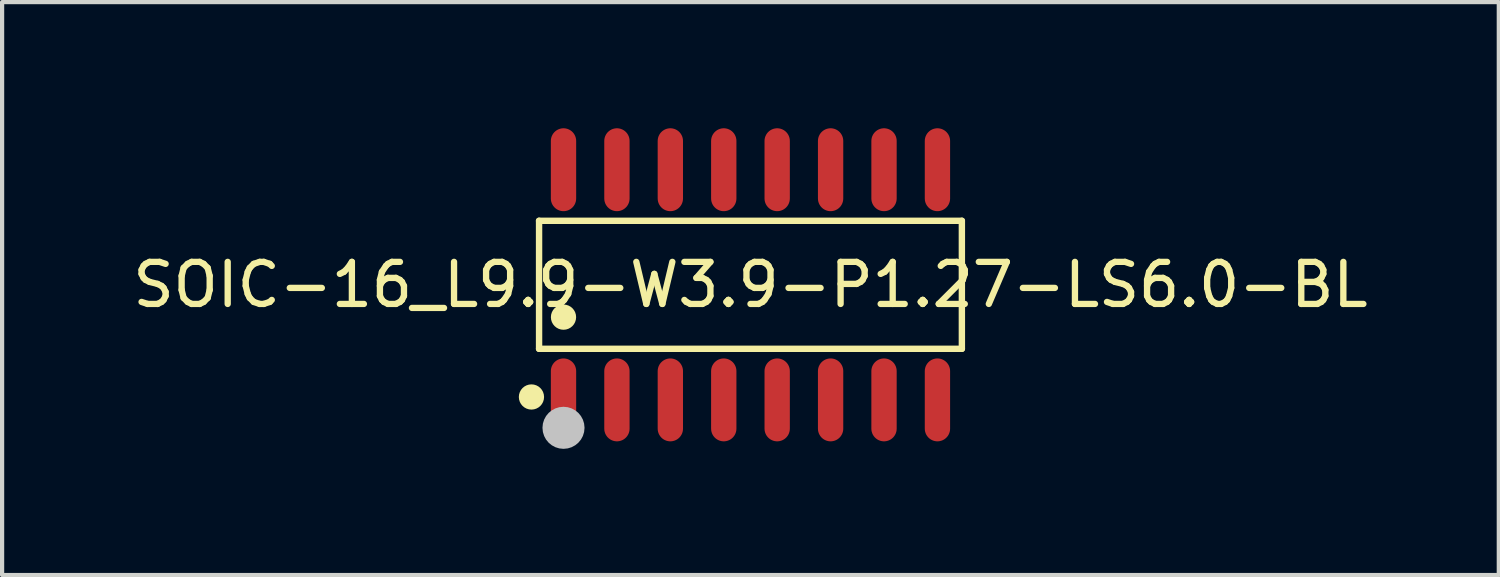
<source format=kicad_pcb>
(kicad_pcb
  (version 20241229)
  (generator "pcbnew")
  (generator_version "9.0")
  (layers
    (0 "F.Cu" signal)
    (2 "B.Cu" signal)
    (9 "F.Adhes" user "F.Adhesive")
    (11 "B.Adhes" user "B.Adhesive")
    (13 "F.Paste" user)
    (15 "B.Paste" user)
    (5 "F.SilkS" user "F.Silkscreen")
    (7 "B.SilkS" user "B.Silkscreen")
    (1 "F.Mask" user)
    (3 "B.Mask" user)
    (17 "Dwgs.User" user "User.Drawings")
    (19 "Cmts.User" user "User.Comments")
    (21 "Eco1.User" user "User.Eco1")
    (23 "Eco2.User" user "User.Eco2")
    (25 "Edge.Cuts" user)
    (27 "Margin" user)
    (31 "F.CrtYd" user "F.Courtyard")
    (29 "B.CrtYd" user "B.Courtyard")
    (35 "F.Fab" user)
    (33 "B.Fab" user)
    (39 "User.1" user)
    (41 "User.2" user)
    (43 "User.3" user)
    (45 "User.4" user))
  (footprint "SOIC-16_L9.9-W3.9-P1.27-LS6.0-BL"
    (layer "F.Cu")
    (at 14.792 3.721)
    (property "Reference" "SOIC-16_L9.9-W3.9-P1.27-LS6.0-BL" (at 0 0 0) (layer "F.SilkS") (effects (font (size 1 1) (thickness 0.15))))
    (fp_line (start -5.026 -1.522) (end 5.026 -1.522) (stroke (width 0.152) (type default)) (layer "F.SilkS"))
    (fp_line (start -5.026 1.522) (end -5.026 -1.522) (stroke (width 0.152) (type default)) (layer "F.SilkS"))
    (fp_line (start 5.026 -1.522) (end 5.026 1.522) (stroke (width 0.152) (type default)) (layer "F.SilkS"))
    (fp_line (start 5.026 1.522) (end -5.026 1.522) (stroke (width 0.152) (type default)) (layer "F.SilkS"))
    (fp_circle (center -5.207 2.667) (end -5.057 2.667) (stroke (width 0.3) (type default)) (fill no) (layer "F.SilkS"))
    (fp_circle (center -4.445 0.769) (end -4.295 0.769) (stroke (width 0.3) (type default)) (fill no) (layer "F.SilkS"))
    (fp_circle (center -4.445 3.4) (end -4.195 3.4) (stroke (width 0.5) (type default)) (fill no) (layer "Dwgs.User"))
    (fp_poly (pts (xy -4.66 -3) (xy -4.66 -2.3) (xy -4.23 -2.3) (xy -4.23 -3)) (stroke (width 0.1) (type default)) (fill no) (layer "User.1"))
    (fp_poly (pts (xy -4.66 -2.31) (xy -4.66 -1.94) (xy -4.23 -1.94) (xy -4.23 -2.31)) (stroke (width 0.1) (type default)) (fill no) (layer "User.1"))
    (fp_poly (pts (xy -4.66 2.31) (xy -4.66 1.94) (xy -4.23 1.94) (xy -4.23 2.31)) (stroke (width 0.1) (type default)) (fill no) (layer "User.1"))
    (fp_poly (pts (xy -4.66 3) (xy -4.66 2.3) (xy -4.23 2.3) (xy -4.23 3)) (stroke (width 0.1) (type default)) (fill no) (layer "User.1"))
    (fp_poly (pts (xy -3.39 -3) (xy -3.39 -2.3) (xy -2.96 -2.3) (xy -2.96 -3)) (stroke (width 0.1) (type default)) (fill no) (layer "User.1"))
    (fp_poly (pts (xy -3.39 -2.31) (xy -3.39 -1.94) (xy -2.96 -1.94) (xy -2.96 -2.31)) (stroke (width 0.1) (type default)) (fill no) (layer "User.1"))
    (fp_poly (pts (xy -3.39 2.31) (xy -3.39 1.94) (xy -2.96 1.94) (xy -2.96 2.31)) (stroke (width 0.1) (type default)) (fill no) (layer "User.1"))
    (fp_poly (pts (xy -3.39 3) (xy -3.39 2.3) (xy -2.96 2.3) (xy -2.96 3)) (stroke (width 0.1) (type default)) (fill no) (layer "User.1"))
    (fp_poly (pts (xy -2.12 -3) (xy -2.12 -2.3) (xy -1.69 -2.3) (xy -1.69 -3)) (stroke (width 0.1) (type default)) (fill no) (layer "User.1"))
    (fp_poly (pts (xy -2.12 -2.31) (xy -2.12 -1.94) (xy -1.69 -1.94) (xy -1.69 -2.31)) (stroke (width 0.1) (type default)) (fill no) (layer "User.1"))
    (fp_poly (pts (xy -2.12 2.31) (xy -2.12 1.94) (xy -1.69 1.94) (xy -1.69 2.31)) (stroke (width 0.1) (type default)) (fill no) (layer "User.1"))
    (fp_poly (pts (xy -2.12 3) (xy -2.12 2.3) (xy -1.69 2.3) (xy -1.69 3)) (stroke (width 0.1) (type default)) (fill no) (layer "User.1"))
    (fp_poly (pts (xy -0.85 -3) (xy -0.85 -2.3) (xy -0.42 -2.3) (xy -0.42 -3)) (stroke (width 0.1) (type default)) (fill no) (layer "User.1"))
    (fp_poly (pts (xy -0.85 -2.31) (xy -0.85 -1.94) (xy -0.42 -1.94) (xy -0.42 -2.31)) (stroke (width 0.1) (type default)) (fill no) (layer "User.1"))
    (fp_poly (pts (xy -0.85 2.31) (xy -0.85 1.94) (xy -0.42 1.94) (xy -0.42 2.31)) (stroke (width 0.1) (type default)) (fill no) (layer "User.1"))
    (fp_poly (pts (xy -0.85 3) (xy -0.85 2.3) (xy -0.42 2.3) (xy -0.42 3)) (stroke (width 0.1) (type default)) (fill no) (layer "User.1"))
    (fp_poly (pts (xy 0.42 -3) (xy 0.42 -2.3) (xy 0.85 -2.3) (xy 0.85 -3)) (stroke (width 0.1) (type default)) (fill no) (layer "User.1"))
    (fp_poly (pts (xy 0.42 -2.31) (xy 0.42 -1.94) (xy 0.85 -1.94) (xy 0.85 -2.31)) (stroke (width 0.1) (type default)) (fill no) (layer "User.1"))
    (fp_poly (pts (xy 0.42 2.31) (xy 0.42 1.94) (xy 0.85 1.94) (xy 0.85 2.31)) (stroke (width 0.1) (type default)) (fill no) (layer "User.1"))
    (fp_poly (pts (xy 0.42 3) (xy 0.42 2.3) (xy 0.85 2.3) (xy 0.85 3)) (stroke (width 0.1) (type default)) (fill no) (layer "User.1"))
    (fp_poly (pts (xy 1.69 -3) (xy 1.69 -2.3) (xy 2.12 -2.3) (xy 2.12 -3)) (stroke (width 0.1) (type default)) (fill no) (layer "User.1"))
    (fp_poly (pts (xy 1.69 -2.31) (xy 1.69 -1.94) (xy 2.12 -1.94) (xy 2.12 -2.31)) (stroke (width 0.1) (type default)) (fill no) (layer "User.1"))
    (fp_poly (pts (xy 1.69 2.31) (xy 1.69 1.94) (xy 2.12 1.94) (xy 2.12 2.31)) (stroke (width 0.1) (type default)) (fill no) (layer "User.1"))
    (fp_poly (pts (xy 1.69 3) (xy 1.69 2.3) (xy 2.12 2.3) (xy 2.12 3)) (stroke (width 0.1) (type default)) (fill no) (layer "User.1"))
    (fp_poly (pts (xy 2.96 -3) (xy 2.96 -2.3) (xy 3.39 -2.3) (xy 3.39 -3)) (stroke (width 0.1) (type default)) (fill no) (layer "User.1"))
    (fp_poly (pts (xy 2.96 -2.31) (xy 2.96 -1.94) (xy 3.39 -1.94) (xy 3.39 -2.31)) (stroke (width 0.1) (type default)) (fill no) (layer "User.1"))
    (fp_poly (pts (xy 2.96 2.31) (xy 2.96 1.94) (xy 3.39 1.94) (xy 3.39 2.31)) (stroke (width 0.1) (type default)) (fill no) (layer "User.1"))
    (fp_poly (pts (xy 2.96 3) (xy 2.96 2.3) (xy 3.39 2.3) (xy 3.39 3)) (stroke (width 0.1) (type default)) (fill no) (layer "User.1"))
    (fp_poly (pts (xy 4.23 -3) (xy 4.23 -2.3) (xy 4.66 -2.3) (xy 4.66 -3)) (stroke (width 0.1) (type default)) (fill no) (layer "User.1"))
    (fp_poly (pts (xy 4.23 -2.31) (xy 4.23 -1.94) (xy 4.66 -1.94) (xy 4.66 -2.31)) (stroke (width 0.1) (type default)) (fill no) (layer "User.1"))
    (fp_poly (pts (xy 4.23 2.31) (xy 4.23 1.94) (xy 4.66 1.94) (xy 4.66 2.31)) (stroke (width 0.1) (type default)) (fill no) (layer "User.1"))
    (fp_poly (pts (xy 4.23 3) (xy 4.23 2.3) (xy 4.66 2.3) (xy 4.66 3)) (stroke (width 0.1) (type default)) (fill no) (layer "User.1"))
    (fp_line (start -4.95 -1.95) (end 4.95 -1.95) (stroke (width 0.051) (type default)) (layer "User.2"))
    (fp_line (start -4.95 1.95) (end -4.95 -1.95) (stroke (width 0.051) (type default)) (layer "User.2"))
    (fp_line (start 4.95 -1.95) (end 4.95 1.95) (stroke (width 0.051) (type default)) (layer "User.2"))
    (fp_line (start 4.95 1.95) (end -4.95 1.95) (stroke (width 0.051) (type default)) (layer "User.2"))
    (fp_poly (pts (xy -4.89 3) (xy -4.908 2.958) (xy -4.95 2.94) (xy -4.992 2.958) (xy -5.01 3) (xy -4.992 3.042) (xy -4.95 3.06) (xy -4.908 3.042)) (stroke (width 0.1) (type default)) (fill no) (layer "User.3"))
    (pad "1" smd oval (at -4.445 2.736) (size 0.602 1.971) (layers "F.Cu" "F.Mask" "F.Paste"))
    (pad "2" smd oval (at -3.175 2.736) (size 0.602 1.971) (layers "F.Cu" "F.Mask" "F.Paste"))
    (pad "3" smd oval (at -1.905 2.736) (size 0.602 1.971) (layers "F.Cu" "F.Mask" "F.Paste"))
    (pad "4" smd oval (at -0.635 2.736) (size 0.602 1.971) (layers "F.Cu" "F.Mask" "F.Paste"))
    (pad "5" smd oval (at 0.635 2.736) (size 0.602 1.971) (layers "F.Cu" "F.Mask" "F.Paste"))
    (pad "6" smd oval (at 1.905 2.736) (size 0.602 1.971) (layers "F.Cu" "F.Mask" "F.Paste"))
    (pad "7" smd oval (at 3.175 2.736) (size 0.602 1.971) (layers "F.Cu" "F.Mask" "F.Paste"))
    (pad "8" smd oval (at 4.445 2.736) (size 0.602 1.971) (layers "F.Cu" "F.Mask" "F.Paste"))
    (pad "9" smd oval (at 4.445 -2.736) (size 0.602 1.971) (layers "F.Cu" "F.Mask" "F.Paste"))
    (pad "10" smd oval (at 3.175 -2.736) (size 0.602 1.971) (layers "F.Cu" "F.Mask" "F.Paste"))
    (pad "11" smd oval (at 1.905 -2.736) (size 0.602 1.971) (layers "F.Cu" "F.Mask" "F.Paste"))
    (pad "12" smd oval (at 0.635 -2.736) (size 0.602 1.971) (layers "F.Cu" "F.Mask" "F.Paste"))
    (pad "13" smd oval (at -0.635 -2.736) (size 0.602 1.971) (layers "F.Cu" "F.Mask" "F.Paste"))
    (pad "14" smd oval (at -1.905 -2.736) (size 0.602 1.971) (layers "F.Cu" "F.Mask" "F.Paste"))
    (pad "15" smd oval (at -3.175 -2.736) (size 0.602 1.971) (layers "F.Cu" "F.Mask" "F.Paste"))
    (pad "16" smd oval (at -4.445 -2.736) (size 0.602 1.971) (layers "F.Cu" "F.Mask" "F.Paste")))
  (gr_rect
    (start -3 -3)
    (end 32.583 10.621)
    (stroke (width 0.1) (type default))
    (fill no)
    (layer "Edge.Cuts")))
</source>
